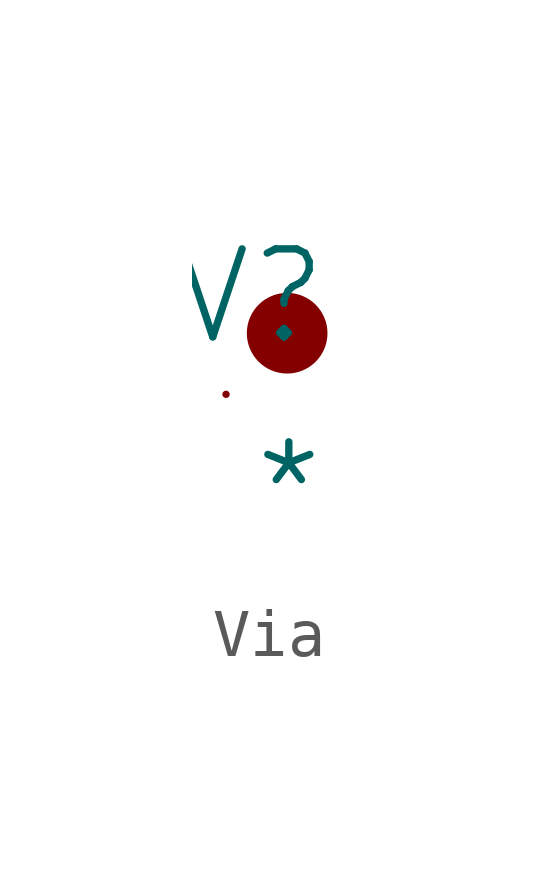
<source format=kicad_sym>
(kicad_symbol_lib
  (version 20241209)
  (generator "kicad_symbol_editor")
  (generator_version "9.0")
  (symbol "Via"
    (pin_numbers
      (hide yes))
    (pin_names
      (hide yes))
    (property "Reference" "V"
      (at 0.508 -0.508 0)
      (effects (font (size 1.829 1.829))))
    (property "Value" "*"
      (at 0.508 -5.588 0)
      (effects (font (size 1.829 1.829)) (justify left bottom)))
    (symbol "Via_1_0"
      (circle (center 1.27 -1.27) (radius 0.762) (stroke (width 0) (type solid)) (fill (type outline)))
      (pin passive line (at 0 -2.54 90) (length 0) (name "1" (effects (font (size 1.27 1.27)))) (number "1" (effects (font (size 1.27 1.27))))))))
</source>
